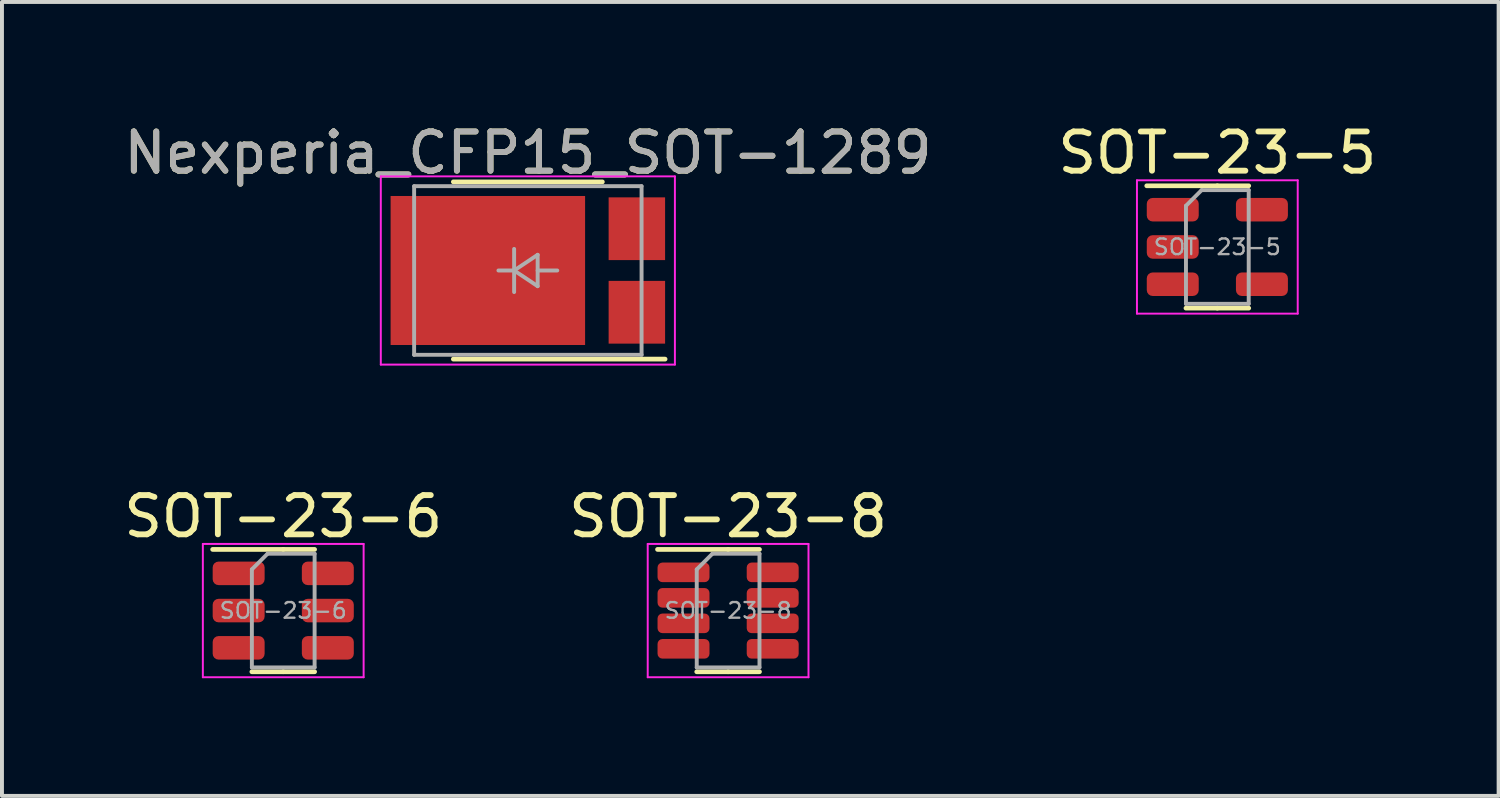
<source format=kicad_pcb>
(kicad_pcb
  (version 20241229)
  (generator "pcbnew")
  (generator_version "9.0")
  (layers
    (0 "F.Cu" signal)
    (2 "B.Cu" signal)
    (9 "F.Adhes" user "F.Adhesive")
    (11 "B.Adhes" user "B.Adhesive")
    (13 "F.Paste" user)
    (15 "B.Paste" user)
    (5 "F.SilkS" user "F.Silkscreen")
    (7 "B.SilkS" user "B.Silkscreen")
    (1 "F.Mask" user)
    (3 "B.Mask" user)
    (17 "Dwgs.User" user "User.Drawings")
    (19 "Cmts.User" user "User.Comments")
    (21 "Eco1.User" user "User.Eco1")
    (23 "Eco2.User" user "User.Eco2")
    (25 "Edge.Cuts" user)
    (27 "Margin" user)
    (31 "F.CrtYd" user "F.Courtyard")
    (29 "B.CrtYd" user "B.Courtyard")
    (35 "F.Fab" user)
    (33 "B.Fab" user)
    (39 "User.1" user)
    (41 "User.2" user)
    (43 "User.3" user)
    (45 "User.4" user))
  (footprint "SOT-23-6"
    (layer "F.Cu")
    (at 4.173 12.521)
    (property "Reference" "SOT-23-6" (at 0 -2.4 0) (layer "F.SilkS") (effects (font (size 1 1) (thickness 0.15))))
    (attr smd)
    (fp_line (start 0 -1.56) (end -1.8 -1.56) (stroke (width 0.12) (type solid)) (layer "F.SilkS"))
    (fp_line (start 0 -1.56) (end 0.8 -1.56) (stroke (width 0.12) (type solid)) (layer "F.SilkS"))
    (fp_line (start 0 1.56) (end -0.8 1.56) (stroke (width 0.12) (type solid)) (layer "F.SilkS"))
    (fp_line (start 0 1.56) (end 0.8 1.56) (stroke (width 0.12) (type solid)) (layer "F.SilkS"))
    (fp_line (start -2.05 -1.7) (end -2.05 1.7) (stroke (width 0.05) (type solid)) (layer "F.CrtYd"))
    (fp_line (start -2.05 1.7) (end 2.05 1.7) (stroke (width 0.05) (type solid)) (layer "F.CrtYd"))
    (fp_line (start 2.05 -1.7) (end -2.05 -1.7) (stroke (width 0.05) (type solid)) (layer "F.CrtYd"))
    (fp_line (start 2.05 1.7) (end 2.05 -1.7) (stroke (width 0.05) (type solid)) (layer "F.CrtYd"))
    (fp_line (start -0.8 -1.05) (end -0.4 -1.45) (stroke (width 0.1) (type solid)) (layer "F.Fab"))
    (fp_line (start -0.8 1.45) (end -0.8 -1.05) (stroke (width 0.1) (type solid)) (layer "F.Fab"))
    (fp_line (start -0.4 -1.45) (end 0.8 -1.45) (stroke (width 0.1) (type solid)) (layer "F.Fab"))
    (fp_line (start 0.8 -1.45) (end 0.8 1.45) (stroke (width 0.1) (type solid)) (layer "F.Fab"))
    (fp_line (start 0.8 1.45) (end -0.8 1.45) (stroke (width 0.1) (type solid)) (layer "F.Fab"))
    (fp_text user "${REFERENCE}" (at 0 0 0) (layer "F.Fab") (effects (font (size 0.4 0.4) (thickness 0.06))))
    (pad "1" smd roundrect (at -1.137 -0.95) (size 1.325 0.6) (layers "F.Cu" "F.Mask" "F.Paste") (roundrect_rratio 0.25))
    (pad "2" smd roundrect (at -1.137 0) (size 1.325 0.6) (layers "F.Cu" "F.Mask" "F.Paste") (roundrect_rratio 0.25))
    (pad "3" smd roundrect (at -1.137 0.95) (size 1.325 0.6) (layers "F.Cu" "F.Mask" "F.Paste") (roundrect_rratio 0.25))
    (pad "4" smd roundrect (at 1.137 0.95) (size 1.325 0.6) (layers "F.Cu" "F.Mask" "F.Paste") (roundrect_rratio 0.25))
    (pad "5" smd roundrect (at 1.137 0) (size 1.325 0.6) (layers "F.Cu" "F.Mask" "F.Paste") (roundrect_rratio 0.25))
    (pad "6" smd roundrect (at 1.137 -0.95) (size 1.325 0.6) (layers "F.Cu" "F.Mask" "F.Paste") (roundrect_rratio 0.25)))
  (footprint "Nexperia_CFP15_SOT-1289"
    (layer "F.Cu")
    (at 10.411 3.848)
    (property "Reference" "Nexperia_CFP15_SOT-1289" (at 0 -3 0) (layer "F.SilkS") (effects (font (size 1 1) (thickness 0.15))))
    (attr smd)
    (fp_line (start -1.9 -2.26) (end 1.9 -2.26) (stroke (width 0.12) (type solid)) (layer "F.SilkS"))
    (fp_line (start -1.9 2.26) (end 3.5 2.26) (stroke (width 0.12) (type solid)) (layer "F.SilkS"))
    (fp_line (start -3.75 -2.4) (end -3.75 2.4) (stroke (width 0.05) (type solid)) (layer "F.CrtYd"))
    (fp_line (start -3.75 -2.4) (end 3.75 -2.4) (stroke (width 0.05) (type solid)) (layer "F.CrtYd"))
    (fp_line (start 3.75 -2.4) (end 3.75 2.4) (stroke (width 0.05) (type solid)) (layer "F.CrtYd"))
    (fp_line (start 3.75 2.4) (end -3.75 2.4) (stroke (width 0.05) (type solid)) (layer "F.CrtYd"))
    (fp_line (start -2.9 -2.15) (end 2.9 -2.15) (stroke (width 0.1) (type solid)) (layer "F.Fab"))
    (fp_line (start -2.9 2.15) (end -2.9 -2.15) (stroke (width 0.1) (type solid)) (layer "F.Fab"))
    (fp_line (start -0.75 0) (end -0.35 0) (stroke (width 0.1) (type solid)) (layer "F.Fab"))
    (fp_line (start -0.35 -0.55) (end -0.35 0.55) (stroke (width 0.1) (type solid)) (layer "F.Fab"))
    (fp_line (start -0.35 0) (end 0.25 -0.4) (stroke (width 0.1) (type solid)) (layer "F.Fab"))
    (fp_line (start 0.25 -0.4) (end 0.25 0.4) (stroke (width 0.1) (type solid)) (layer "F.Fab"))
    (fp_line (start 0.25 0) (end 0.75 0) (stroke (width 0.1) (type solid)) (layer "F.Fab"))
    (fp_line (start 0.25 0.4) (end -0.35 0) (stroke (width 0.1) (type solid)) (layer "F.Fab"))
    (fp_line (start 2.9 -2.15) (end 2.9 2.15) (stroke (width 0.1) (type solid)) (layer "F.Fab"))
    (fp_line (start 2.9 2.15) (end -2.9 2.15) (stroke (width 0.1) (type solid)) (layer "F.Fab"))
    (fp_text user "${REFERENCE}" (at 0 -3 0) (layer "F.Fab") (effects (font (size 1 1) (thickness 0.15))))
    (pad "" smd rect (at -3.15 0) (size 0.6 2.4) (layers "F.Paste"))
    (pad "" smd rect (at -1.7 -0.95) (size 1.9 1.7) (layers "F.Paste"))
    (pad "" smd rect (at -1.7 0.95) (size 1.9 1.7) (layers "F.Paste"))
    (pad "" smd rect (at 0.4 -0.95) (size 1.9 1.7) (layers "F.Paste"))
    (pad "" smd rect (at 0.4 0.95) (size 1.9 1.7) (layers "F.Paste"))
    (pad "1" smd rect (at 2.78 1.065) (size 1.44 1.6) (layers "F.Cu" "F.Mask" "F.Paste"))
    (pad "2" smd rect (at 2.78 -1.065) (size 1.44 1.6) (layers "F.Cu" "F.Mask" "F.Paste"))
    (pad "3" smd rect (at -1.02 0) (size 4.96 3.8) (layers "F.Cu" "F.Mask")))
  (footprint "SOT-23-8"
    (layer "F.Cu")
    (at 15.518 12.521)
    (property "Reference" "SOT-23-8" (at 0 -2.4 0) (layer "F.SilkS") (effects (font (size 1 1) (thickness 0.15))))
    (attr smd)
    (fp_line (start 0 -1.56) (end -1.8 -1.56) (stroke (width 0.12) (type solid)) (layer "F.SilkS"))
    (fp_line (start 0 -1.56) (end 0.8 -1.56) (stroke (width 0.12) (type solid)) (layer "F.SilkS"))
    (fp_line (start 0 1.56) (end -0.8 1.56) (stroke (width 0.12) (type solid)) (layer "F.SilkS"))
    (fp_line (start 0 1.56) (end 0.8 1.56) (stroke (width 0.12) (type solid)) (layer "F.SilkS"))
    (fp_line (start -2.05 -1.7) (end -2.05 1.7) (stroke (width 0.05) (type solid)) (layer "F.CrtYd"))
    (fp_line (start -2.05 1.7) (end 2.05 1.7) (stroke (width 0.05) (type solid)) (layer "F.CrtYd"))
    (fp_line (start 2.05 -1.7) (end -2.05 -1.7) (stroke (width 0.05) (type solid)) (layer "F.CrtYd"))
    (fp_line (start 2.05 1.7) (end 2.05 -1.7) (stroke (width 0.05) (type solid)) (layer "F.CrtYd"))
    (fp_line (start -0.8 -1.05) (end -0.4 -1.45) (stroke (width 0.1) (type solid)) (layer "F.Fab"))
    (fp_line (start -0.8 1.45) (end -0.8 -1.05) (stroke (width 0.1) (type solid)) (layer "F.Fab"))
    (fp_line (start -0.4 -1.45) (end 0.8 -1.45) (stroke (width 0.1) (type solid)) (layer "F.Fab"))
    (fp_line (start 0.8 -1.45) (end 0.8 1.45) (stroke (width 0.1) (type solid)) (layer "F.Fab"))
    (fp_line (start 0.8 1.45) (end -0.8 1.45) (stroke (width 0.1) (type solid)) (layer "F.Fab"))
    (fp_text user "${REFERENCE}" (at 0 0 0) (layer "F.Fab") (effects (font (size 0.4 0.4) (thickness 0.06))))
    (pad "1" smd roundrect (at -1.137 -0.975) (size 1.325 0.5) (layers "F.Cu" "F.Mask" "F.Paste") (roundrect_rratio 0.25))
    (pad "2" smd roundrect (at -1.137 -0.325) (size 1.325 0.5) (layers "F.Cu" "F.Mask" "F.Paste") (roundrect_rratio 0.25))
    (pad "3" smd roundrect (at -1.137 0.325) (size 1.325 0.5) (layers "F.Cu" "F.Mask" "F.Paste") (roundrect_rratio 0.25))
    (pad "4" smd roundrect (at -1.137 0.975) (size 1.325 0.5) (layers "F.Cu" "F.Mask" "F.Paste") (roundrect_rratio 0.25))
    (pad "5" smd roundrect (at 1.137 0.975) (size 1.325 0.5) (layers "F.Cu" "F.Mask" "F.Paste") (roundrect_rratio 0.25))
    (pad "6" smd roundrect (at 1.137 0.325) (size 1.325 0.5) (layers "F.Cu" "F.Mask" "F.Paste") (roundrect_rratio 0.25))
    (pad "7" smd roundrect (at 1.137 -0.325) (size 1.325 0.5) (layers "F.Cu" "F.Mask" "F.Paste") (roundrect_rratio 0.25))
    (pad "8" smd roundrect (at 1.137 -0.975) (size 1.325 0.5) (layers "F.Cu" "F.Mask" "F.Paste") (roundrect_rratio 0.25)))
  (footprint "SOT-23-5"
    (layer "F.Cu")
    (at 27.994 3.248)
    (property "Reference" "SOT-23-5" (at 0 -2.4 0) (layer "F.SilkS") (effects (font (size 1 1) (thickness 0.15))))
    (attr smd)
    (fp_line (start 0 -1.56) (end -1.8 -1.56) (stroke (width 0.12) (type solid)) (layer "F.SilkS"))
    (fp_line (start 0 -1.56) (end 0.8 -1.56) (stroke (width 0.12) (type solid)) (layer "F.SilkS"))
    (fp_line (start 0 1.56) (end -0.8 1.56) (stroke (width 0.12) (type solid)) (layer "F.SilkS"))
    (fp_line (start 0 1.56) (end 0.8 1.56) (stroke (width 0.12) (type solid)) (layer "F.SilkS"))
    (fp_line (start -2.05 -1.7) (end -2.05 1.7) (stroke (width 0.05) (type solid)) (layer "F.CrtYd"))
    (fp_line (start -2.05 1.7) (end 2.05 1.7) (stroke (width 0.05) (type solid)) (layer "F.CrtYd"))
    (fp_line (start 2.05 -1.7) (end -2.05 -1.7) (stroke (width 0.05) (type solid)) (layer "F.CrtYd"))
    (fp_line (start 2.05 1.7) (end 2.05 -1.7) (stroke (width 0.05) (type solid)) (layer "F.CrtYd"))
    (fp_line (start -0.8 -1.05) (end -0.4 -1.45) (stroke (width 0.1) (type solid)) (layer "F.Fab"))
    (fp_line (start -0.8 1.45) (end -0.8 -1.05) (stroke (width 0.1) (type solid)) (layer "F.Fab"))
    (fp_line (start -0.4 -1.45) (end 0.8 -1.45) (stroke (width 0.1) (type solid)) (layer "F.Fab"))
    (fp_line (start 0.8 -1.45) (end 0.8 1.45) (stroke (width 0.1) (type solid)) (layer "F.Fab"))
    (fp_line (start 0.8 1.45) (end -0.8 1.45) (stroke (width 0.1) (type solid)) (layer "F.Fab"))
    (fp_text user "${REFERENCE}" (at 0 0 0) (layer "F.Fab") (effects (font (size 0.4 0.4) (thickness 0.06))))
    (pad "1" smd roundrect (at -1.137 -0.95) (size 1.325 0.6) (layers "F.Cu" "F.Mask" "F.Paste") (roundrect_rratio 0.25))
    (pad "2" smd roundrect (at -1.137 0) (size 1.325 0.6) (layers "F.Cu" "F.Mask" "F.Paste") (roundrect_rratio 0.25))
    (pad "3" smd roundrect (at -1.137 0.95) (size 1.325 0.6) (layers "F.Cu" "F.Mask" "F.Paste") (roundrect_rratio 0.25))
    (pad "4" smd roundrect (at 1.137 0.95) (size 1.325 0.6) (layers "F.Cu" "F.Mask" "F.Paste") (roundrect_rratio 0.25))
    (pad "5" smd roundrect (at 1.137 -0.95) (size 1.325 0.6) (layers "F.Cu" "F.Mask" "F.Paste") (roundrect_rratio 0.25)))
  (gr_rect
    (start -3 -3)
    (end 35.167 17.247)
    (stroke (width 0.1) (type default))
    (fill no)
    (layer "Edge.Cuts")))
</source>
